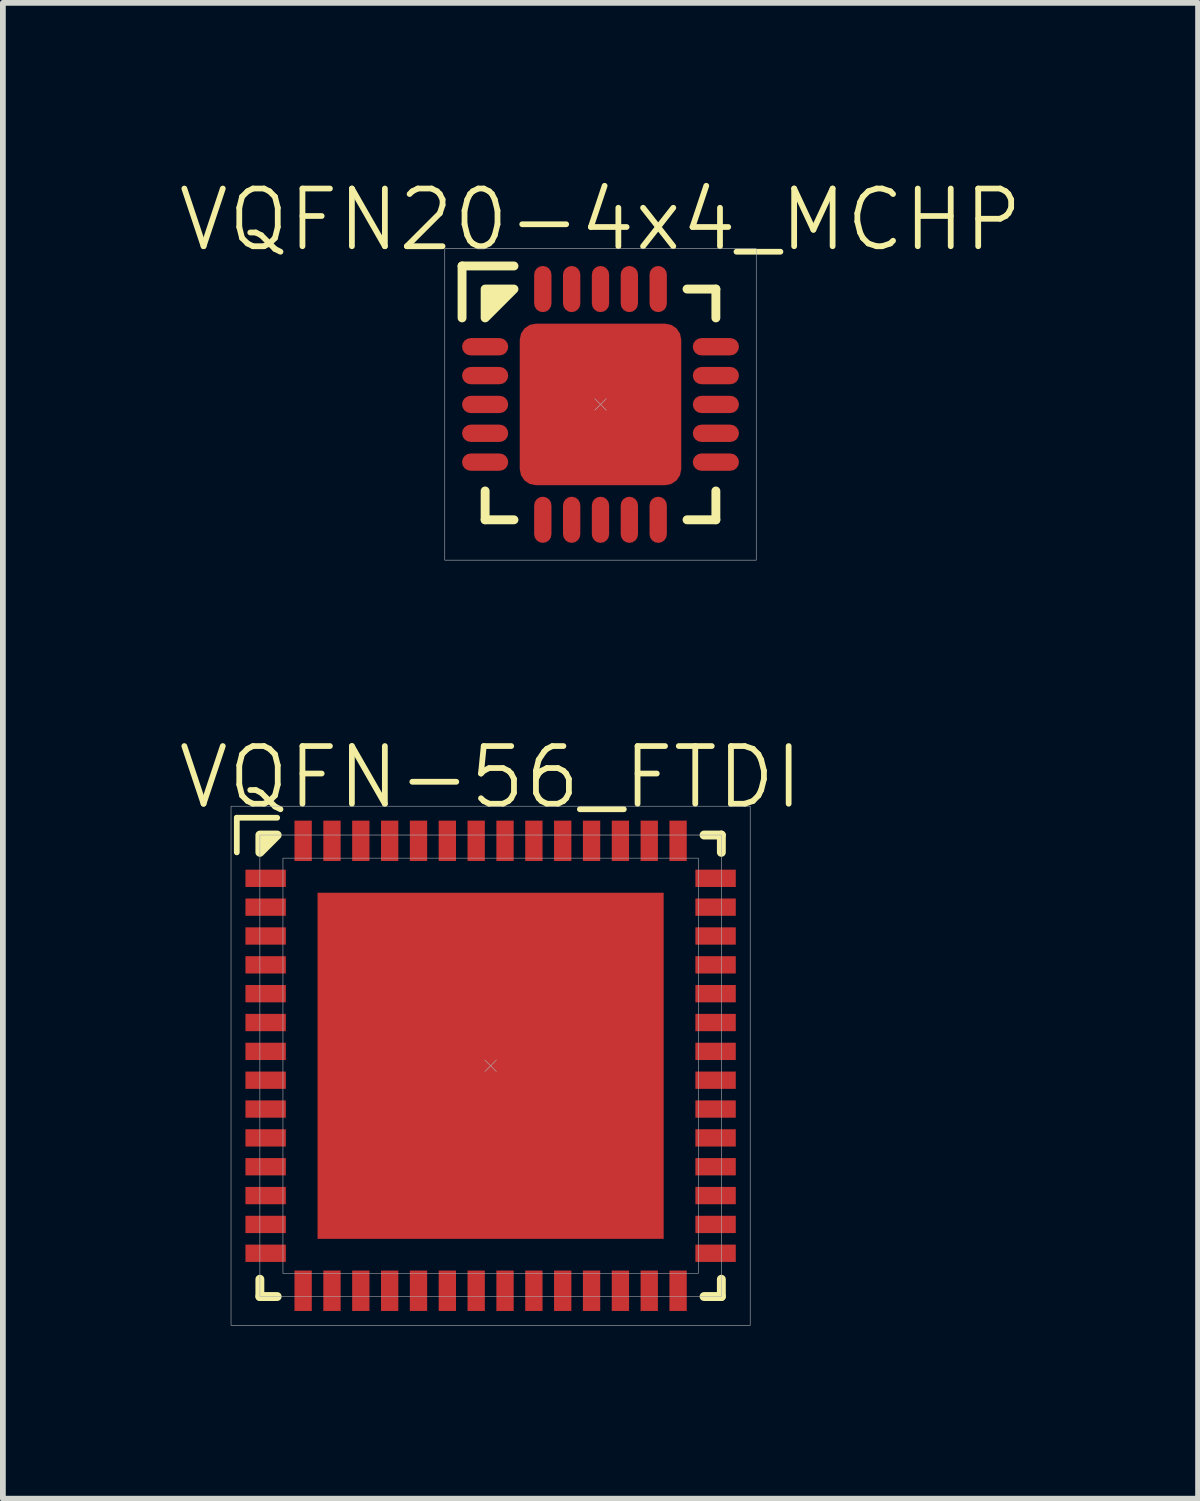
<source format=kicad_pcb>
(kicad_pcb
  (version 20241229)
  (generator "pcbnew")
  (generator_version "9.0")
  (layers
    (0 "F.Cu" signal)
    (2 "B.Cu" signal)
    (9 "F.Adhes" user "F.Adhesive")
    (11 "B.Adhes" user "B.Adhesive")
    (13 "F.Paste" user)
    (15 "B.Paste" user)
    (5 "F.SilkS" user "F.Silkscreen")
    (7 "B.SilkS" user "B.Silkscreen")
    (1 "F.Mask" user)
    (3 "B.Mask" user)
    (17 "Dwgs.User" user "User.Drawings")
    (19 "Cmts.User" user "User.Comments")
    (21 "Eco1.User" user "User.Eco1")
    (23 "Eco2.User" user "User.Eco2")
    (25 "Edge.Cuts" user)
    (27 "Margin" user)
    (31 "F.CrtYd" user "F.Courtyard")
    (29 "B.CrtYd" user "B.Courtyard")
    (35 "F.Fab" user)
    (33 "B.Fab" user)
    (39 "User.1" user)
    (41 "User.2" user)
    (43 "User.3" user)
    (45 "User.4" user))
  (footprint "VQFN-56_FTDI"
    (layer "F.Cu")
    (at 5.455 15.426)
    (property "Reference" "VQFN-56_FTDI" (at 0 -5 0) (unlocked yes) (layer "F.SilkS") (effects (font (size 1 1) (thickness 0.1))))
    (attr smd)
    (fp_line (start -4.4 -4.3) (end -3.7 -4.3) (stroke (width 0.1) (type default)) (layer "F.SilkS"))
    (fp_line (start -4.4 -3.7) (end -4.4 -4.3) (stroke (width 0.1) (type default)) (layer "F.SilkS"))
    (fp_line (start -4 3.7) (end -4 4) (stroke (width 0.154) (type default)) (layer "F.SilkS"))
    (fp_line (start -4 4) (end -3.7 4) (stroke (width 0.154) (type default)) (layer "F.SilkS"))
    (fp_line (start 3.7 4) (end 4 4) (stroke (width 0.154) (type default)) (layer "F.SilkS"))
    (fp_line (start 4 -4) (end 3.7 -4) (stroke (width 0.154) (type default)) (layer "F.SilkS"))
    (fp_line (start 4 -3.7) (end 4 -4) (stroke (width 0.154) (type default)) (layer "F.SilkS"))
    (fp_line (start 4 4) (end 4 3.7) (stroke (width 0.154) (type default)) (layer "F.SilkS"))
    (fp_poly (pts (xy -4 -4) (xy -4 -3.7) (xy -3.7 -4)) (stroke (width 0.154) (type solid)) (fill yes) (layer "F.SilkS"))
    (fp_line (start -0.1 -0.1) (end 0.1 0.1) (stroke (width 0.01) (type default)) (layer "F.Fab"))
    (fp_line (start 0.1 -0.1) (end -0.1 0.1) (stroke (width 0.01) (type default)) (layer "F.Fab"))
    (fp_rect (start -4.5 -4.5) (end 4.5 4.5) (stroke (width 0.01) (type default)) (fill no) (layer "F.Fab"))
    (fp_rect (start -4 -4) (end 4 4) (stroke (width 0.01) (type default)) (fill no) (layer "F.Fab"))
    (fp_rect (start -3.6 -3.6) (end 3.6 3.6) (stroke (width 0.01) (type default)) (fill no) (layer "F.Fab"))
    (pad "1" smd rect (at -3.9 -3.25) (size 0.7 0.3) (layers "F.Cu" "F.Mask" "F.Paste"))
    (pad "2" smd rect (at -3.9 -2.75) (size 0.7 0.3) (layers "F.Cu" "F.Mask" "F.Paste"))
    (pad "3" smd rect (at -3.9 -2.25) (size 0.7 0.3) (layers "F.Cu" "F.Mask" "F.Paste"))
    (pad "4" smd rect (at -3.9 -1.75) (size 0.7 0.3) (layers "F.Cu" "F.Mask" "F.Paste"))
    (pad "5" smd rect (at -3.9 -1.25) (size 0.7 0.3) (layers "F.Cu" "F.Mask" "F.Paste"))
    (pad "6" smd rect (at -3.9 -0.75) (size 0.7 0.3) (layers "F.Cu" "F.Mask" "F.Paste"))
    (pad "7" smd rect (at -3.9 -0.25) (size 0.7 0.3) (layers "F.Cu" "F.Mask" "F.Paste"))
    (pad "8" smd rect (at -3.9 0.25) (size 0.7 0.3) (layers "F.Cu" "F.Mask" "F.Paste"))
    (pad "9" smd rect (at -3.9 0.75) (size 0.7 0.3) (layers "F.Cu" "F.Mask" "F.Paste"))
    (pad "10" smd rect (at -3.9 1.25) (size 0.7 0.3) (layers "F.Cu" "F.Mask" "F.Paste"))
    (pad "11" smd rect (at -3.9 1.75) (size 0.7 0.3) (layers "F.Cu" "F.Mask" "F.Paste"))
    (pad "12" smd rect (at -3.9 2.25) (size 0.7 0.3) (layers "F.Cu" "F.Mask" "F.Paste"))
    (pad "13" smd rect (at -3.9 2.75) (size 0.7 0.3) (layers "F.Cu" "F.Mask" "F.Paste"))
    (pad "14" smd rect (at -3.9 3.25) (size 0.7 0.3) (layers "F.Cu" "F.Mask" "F.Paste"))
    (pad "15" smd rect (at -3.25 3.9 90) (size 0.7 0.3) (layers "F.Cu" "F.Mask" "F.Paste"))
    (pad "16" smd rect (at -2.75 3.9 90) (size 0.7 0.3) (layers "F.Cu" "F.Mask" "F.Paste"))
    (pad "17" smd rect (at -2.25 3.9 90) (size 0.7 0.3) (layers "F.Cu" "F.Mask" "F.Paste"))
    (pad "18" smd rect (at -1.75 3.9 90) (size 0.7 0.3) (layers "F.Cu" "F.Mask" "F.Paste"))
    (pad "19" smd rect (at -1.25 3.9 90) (size 0.7 0.3) (layers "F.Cu" "F.Mask" "F.Paste"))
    (pad "20" smd rect (at -0.75 3.9 90) (size 0.7 0.3) (layers "F.Cu" "F.Mask" "F.Paste"))
    (pad "21" smd rect (at -0.25 3.9 90) (size 0.7 0.3) (layers "F.Cu" "F.Mask" "F.Paste"))
    (pad "22" smd rect (at 0.25 3.9 90) (size 0.7 0.3) (layers "F.Cu" "F.Mask" "F.Paste"))
    (pad "23" smd rect (at 0.75 3.9 90) (size 0.7 0.3) (layers "F.Cu" "F.Mask" "F.Paste"))
    (pad "24" smd rect (at 1.25 3.9 90) (size 0.7 0.3) (layers "F.Cu" "F.Mask" "F.Paste"))
    (pad "25" smd rect (at 1.75 3.9 90) (size 0.7 0.3) (layers "F.Cu" "F.Mask" "F.Paste"))
    (pad "26" smd rect (at 2.25 3.9 90) (size 0.7 0.3) (layers "F.Cu" "F.Mask" "F.Paste"))
    (pad "27" smd rect (at 2.75 3.9 90) (size 0.7 0.3) (layers "F.Cu" "F.Mask" "F.Paste"))
    (pad "28" smd rect (at 3.25 3.9 90) (size 0.7 0.3) (layers "F.Cu" "F.Mask" "F.Paste"))
    (pad "29" smd rect (at 3.9 3.25) (size 0.7 0.3) (layers "F.Cu" "F.Mask" "F.Paste"))
    (pad "30" smd rect (at 3.9 2.75) (size 0.7 0.3) (layers "F.Cu" "F.Mask" "F.Paste"))
    (pad "31" smd rect (at 3.9 2.25) (size 0.7 0.3) (layers "F.Cu" "F.Mask" "F.Paste"))
    (pad "32" smd rect (at 3.9 1.75) (size 0.7 0.3) (layers "F.Cu" "F.Mask" "F.Paste"))
    (pad "33" smd rect (at 3.9 1.25) (size 0.7 0.3) (layers "F.Cu" "F.Mask" "F.Paste"))
    (pad "34" smd rect (at 3.9 0.75) (size 0.7 0.3) (layers "F.Cu" "F.Mask" "F.Paste"))
    (pad "35" smd rect (at 3.9 0.25) (size 0.7 0.3) (layers "F.Cu" "F.Mask" "F.Paste"))
    (pad "36" smd rect (at 3.9 -0.25) (size 0.7 0.3) (layers "F.Cu" "F.Mask" "F.Paste"))
    (pad "37" smd rect (at 3.9 -0.75) (size 0.7 0.3) (layers "F.Cu" "F.Mask" "F.Paste"))
    (pad "38" smd rect (at 3.9 -1.25) (size 0.7 0.3) (layers "F.Cu" "F.Mask" "F.Paste"))
    (pad "39" smd rect (at 3.9 -1.75) (size 0.7 0.3) (layers "F.Cu" "F.Mask" "F.Paste"))
    (pad "40" smd rect (at 3.9 -2.25) (size 0.7 0.3) (layers "F.Cu" "F.Mask" "F.Paste"))
    (pad "41" smd rect (at 3.9 -2.75) (size 0.7 0.3) (layers "F.Cu" "F.Mask" "F.Paste"))
    (pad "42" smd rect (at 3.9 -3.25) (size 0.7 0.3) (layers "F.Cu" "F.Mask" "F.Paste"))
    (pad "43" smd rect (at 3.25 -3.9 90) (size 0.7 0.3) (layers "F.Cu" "F.Mask" "F.Paste"))
    (pad "44" smd rect (at 2.75 -3.9 90) (size 0.7 0.3) (layers "F.Cu" "F.Mask" "F.Paste"))
    (pad "45" smd rect (at 2.25 -3.9 90) (size 0.7 0.3) (layers "F.Cu" "F.Mask" "F.Paste"))
    (pad "46" smd rect (at 1.75 -3.9 90) (size 0.7 0.3) (layers "F.Cu" "F.Mask" "F.Paste"))
    (pad "47" smd rect (at 1.25 -3.9 90) (size 0.7 0.3) (layers "F.Cu" "F.Mask" "F.Paste"))
    (pad "48" smd rect (at 0.75 -3.9 90) (size 0.7 0.3) (layers "F.Cu" "F.Mask" "F.Paste"))
    (pad "49" smd rect (at 0.25 -3.9 90) (size 0.7 0.3) (layers "F.Cu" "F.Mask" "F.Paste"))
    (pad "50" smd rect (at -0.25 -3.9 90) (size 0.7 0.3) (layers "F.Cu" "F.Mask" "F.Paste"))
    (pad "51" smd rect (at -0.75 -3.9 90) (size 0.7 0.3) (layers "F.Cu" "F.Mask" "F.Paste"))
    (pad "52" smd rect (at -1.25 -3.9 90) (size 0.7 0.3) (layers "F.Cu" "F.Mask" "F.Paste"))
    (pad "53" smd rect (at -1.75 -3.9 90) (size 0.7 0.3) (layers "F.Cu" "F.Mask" "F.Paste"))
    (pad "54" smd rect (at -2.25 -3.9 90) (size 0.7 0.3) (layers "F.Cu" "F.Mask" "F.Paste"))
    (pad "55" smd rect (at -2.75 -3.9 90) (size 0.7 0.3) (layers "F.Cu" "F.Mask" "F.Paste"))
    (pad "56" smd rect (at -3.25 -3.9 90) (size 0.7 0.3) (layers "F.Cu" "F.Mask" "F.Paste"))
    (pad "57" smd rect (at 0 0 90) (size 6 6) (layers "F.Cu" "F.Mask" "F.Paste")))
  (footprint "VQFN20-4x4_MCHP"
    (layer "F.Cu")
    (at 7.36 3.961)
    (property "Reference" "VQFN20-4x4_MCHP" (at 0 -3.2 0) (unlocked yes) (layer "F.SilkS") (effects (font (size 1 1) (thickness 0.1))))
    (attr smd)
    (fp_line (start -2.4 -2.4) (end -1.5 -2.4) (stroke (width 0.154) (type default)) (layer "F.SilkS"))
    (fp_line (start -2.4 -1.5) (end -2.4 -2.4) (stroke (width 0.154) (type default)) (layer "F.SilkS"))
    (fp_line (start -2 2) (end -2 1.5) (stroke (width 0.154) (type default)) (layer "F.SilkS"))
    (fp_line (start -1.5 2) (end -2 2) (stroke (width 0.154) (type default)) (layer "F.SilkS"))
    (fp_line (start 1.5 -2) (end 2 -2) (stroke (width 0.154) (type default)) (layer "F.SilkS"))
    (fp_line (start 2 -2) (end 2 -1.5) (stroke (width 0.154) (type default)) (layer "F.SilkS"))
    (fp_line (start 2 1.5) (end 2 2) (stroke (width 0.154) (type default)) (layer "F.SilkS"))
    (fp_line (start 2 2) (end 1.5 2) (stroke (width 0.154) (type default)) (layer "F.SilkS"))
    (fp_poly (pts (xy -2 -2) (xy -2 -1.5) (xy -1.5 -2)) (stroke (width 0.154) (type solid)) (fill yes) (layer "F.SilkS"))
    (fp_line (start -0.1 -0.1) (end 0.1 0.1) (stroke (width 0.01) (type default)) (layer "F.Fab"))
    (fp_line (start 0.1 -0.1) (end -0.1 0.1) (stroke (width 0.01) (type default)) (layer "F.Fab"))
    (fp_rect (start -2.7 -2.7) (end 2.7 2.7) (stroke (width 0.01) (type default)) (fill no) (layer "F.Fab"))
    (pad "1" smd roundrect (at -2 -1 90) (size 0.3 0.8) (layers "F.Cu" "F.Mask" "F.Paste") (roundrect_rratio 0.5))
    (pad "2" smd roundrect (at -2 -0.5 90) (size 0.3 0.8) (layers "F.Cu" "F.Mask" "F.Paste") (roundrect_rratio 0.5))
    (pad "3" smd roundrect (at -2 0 90) (size 0.3 0.8) (layers "F.Cu" "F.Mask" "F.Paste") (roundrect_rratio 0.5))
    (pad "4" smd roundrect (at -2 0.5 90) (size 0.3 0.8) (layers "F.Cu" "F.Mask" "F.Paste") (roundrect_rratio 0.5))
    (pad "5" smd roundrect (at -2 1 90) (size 0.3 0.8) (layers "F.Cu" "F.Mask" "F.Paste") (roundrect_rratio 0.5))
    (pad "6" smd roundrect (at -1 2) (size 0.3 0.8) (layers "F.Cu" "F.Mask" "F.Paste") (roundrect_rratio 0.5))
    (pad "7" smd roundrect (at -0.5 2) (size 0.3 0.8) (layers "F.Cu" "F.Mask" "F.Paste") (roundrect_rratio 0.5))
    (pad "8" smd roundrect (at 0 2) (size 0.3 0.8) (layers "F.Cu" "F.Mask" "F.Paste") (roundrect_rratio 0.5))
    (pad "9" smd roundrect (at 0.5 2) (size 0.3 0.8) (layers "F.Cu" "F.Mask" "F.Paste") (roundrect_rratio 0.5))
    (pad "10" smd roundrect (at 1 2) (size 0.3 0.8) (layers "F.Cu" "F.Mask" "F.Paste") (roundrect_rratio 0.5))
    (pad "11" smd roundrect (at 2 1 90) (size 0.3 0.8) (layers "F.Cu" "F.Mask" "F.Paste") (roundrect_rratio 0.5))
    (pad "12" smd roundrect (at 2 0.5 90) (size 0.3 0.8) (layers "F.Cu" "F.Mask" "F.Paste") (roundrect_rratio 0.5))
    (pad "13" smd roundrect (at 2 0 90) (size 0.3 0.8) (layers "F.Cu" "F.Mask" "F.Paste") (roundrect_rratio 0.5))
    (pad "14" smd roundrect (at 2 -0.5 90) (size 0.3 0.8) (layers "F.Cu" "F.Mask" "F.Paste") (roundrect_rratio 0.5))
    (pad "15" smd roundrect (at 2 -1 90) (size 0.3 0.8) (layers "F.Cu" "F.Mask" "F.Paste") (roundrect_rratio 0.5))
    (pad "16" smd roundrect (at 1 -2) (size 0.3 0.8) (layers "F.Cu" "F.Mask" "F.Paste") (roundrect_rratio 0.5))
    (pad "17" smd roundrect (at 0.5 -2) (size 0.3 0.8) (layers "F.Cu" "F.Mask" "F.Paste") (roundrect_rratio 0.5))
    (pad "18" smd roundrect (at 0 -2) (size 0.3 0.8) (layers "F.Cu" "F.Mask" "F.Paste") (roundrect_rratio 0.5))
    (pad "19" smd roundrect (at -0.5 -2) (size 0.3 0.8) (layers "F.Cu" "F.Mask" "F.Paste") (roundrect_rratio 0.5))
    (pad "20" smd roundrect (at -1 -2) (size 0.3 0.8) (layers "F.Cu" "F.Mask" "F.Paste") (roundrect_rratio 0.5))
    (pad "21" smd roundrect (at 0 0) (size 2.8 2.8) (layers "F.Cu" "F.Mask" "F.Paste") (roundrect_rratio 0.1)))
  (gr_rect
    (start -3 -3)
    (end 17.719 22.931)
    (stroke (width 0.1) (type default))
    (fill no)
    (layer "Edge.Cuts")))
</source>
